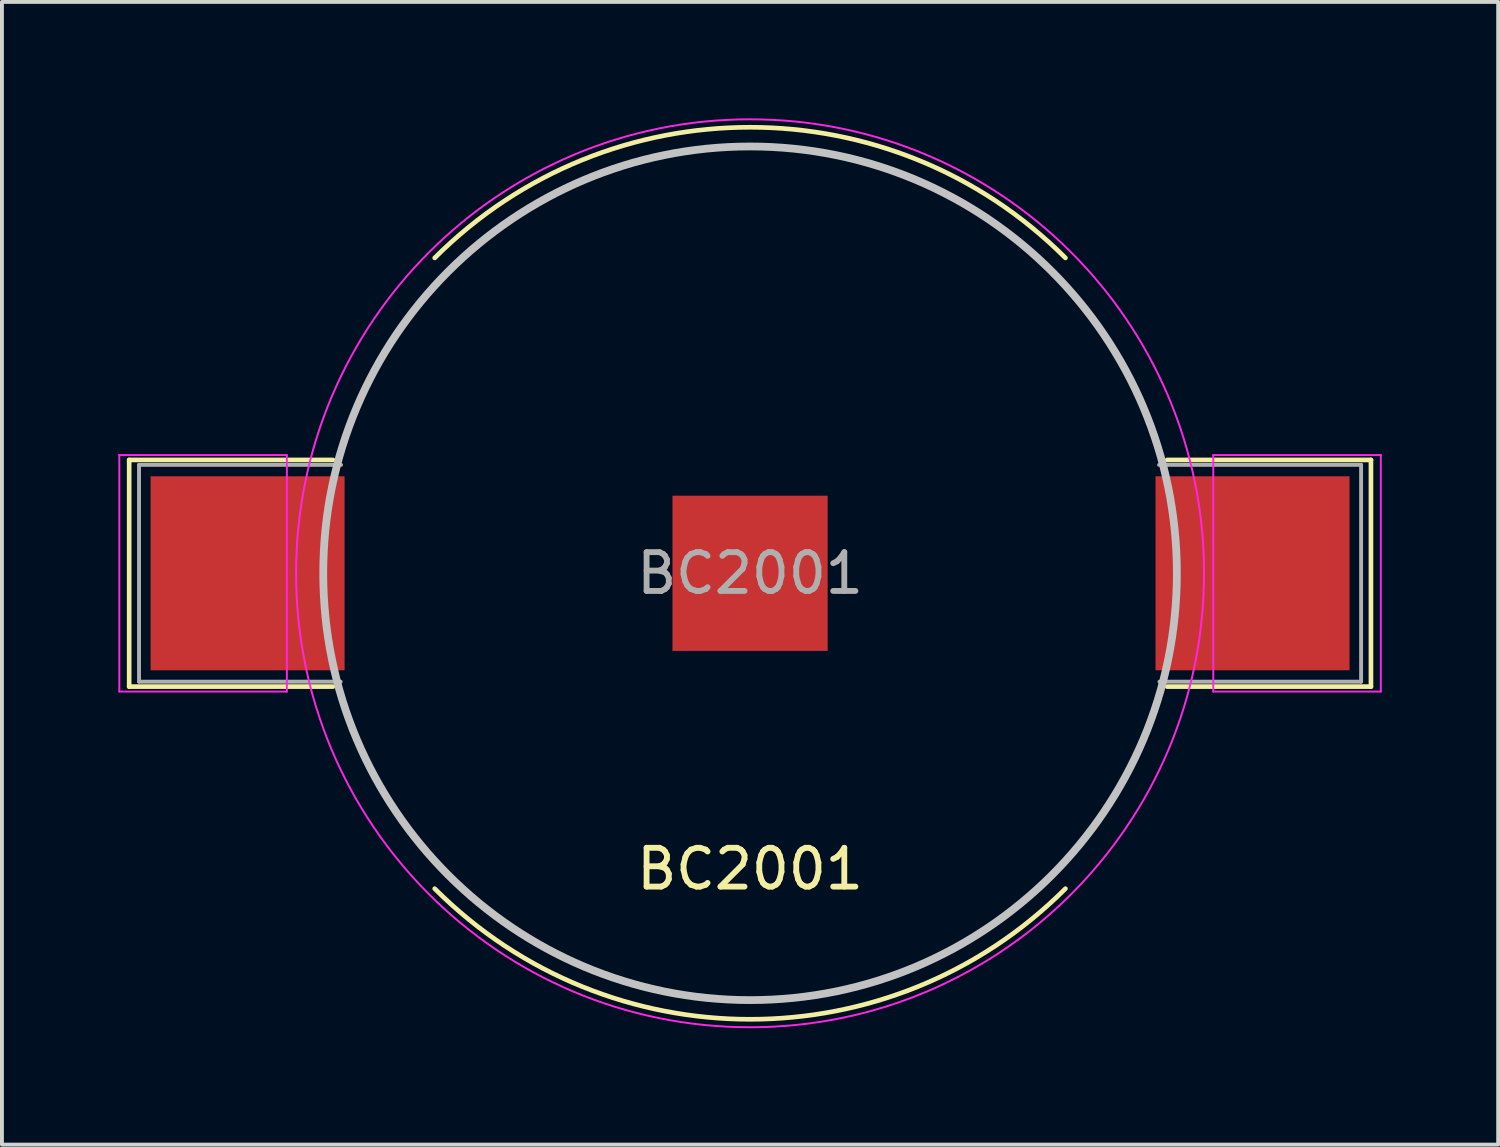
<source format=kicad_pcb>
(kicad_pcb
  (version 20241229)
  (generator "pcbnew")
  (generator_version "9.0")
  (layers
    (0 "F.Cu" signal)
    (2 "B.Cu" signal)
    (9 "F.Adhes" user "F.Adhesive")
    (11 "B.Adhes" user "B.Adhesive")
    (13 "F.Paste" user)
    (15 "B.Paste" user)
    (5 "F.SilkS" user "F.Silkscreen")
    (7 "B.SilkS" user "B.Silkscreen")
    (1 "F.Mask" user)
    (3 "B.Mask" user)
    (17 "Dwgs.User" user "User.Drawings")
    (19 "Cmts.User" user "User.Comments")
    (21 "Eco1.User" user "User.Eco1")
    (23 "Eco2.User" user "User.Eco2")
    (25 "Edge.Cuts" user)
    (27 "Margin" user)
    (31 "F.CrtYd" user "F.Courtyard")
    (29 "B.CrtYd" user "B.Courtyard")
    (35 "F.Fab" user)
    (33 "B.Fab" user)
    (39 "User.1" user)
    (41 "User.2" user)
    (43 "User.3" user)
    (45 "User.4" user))
  (footprint "BC2001"
    (layer "F.Cu")
    (at 16.281 11.725)
    (property "Reference" "BC2001" (at 0 7.62 0) (layer "F.SilkS") (effects (font (size 1 1) (thickness 0.15))))
    (attr smd)
    (fp_line (start -16.002 -2.921) (end -16.002 2.921) (stroke (width 0.12) (type solid)) (layer "F.SilkS"))
    (fp_line (start -16.002 2.921) (end -10.75 2.921) (stroke (width 0.12) (type solid)) (layer "F.SilkS"))
    (fp_line (start -10.75 -2.921) (end -16.002 -2.921) (stroke (width 0.12) (type solid)) (layer "F.SilkS"))
    (fp_line (start 10.75 -2.921) (end 16.002 -2.921) (stroke (width 0.12) (type solid)) (layer "F.SilkS"))
    (fp_line (start 16.002 -2.921) (end 16.002 2.921) (stroke (width 0.12) (type solid)) (layer "F.SilkS"))
    (fp_line (start 16.002 2.921) (end 10.75 2.921) (stroke (width 0.12) (type solid)) (layer "F.SilkS"))
    (fp_arc (start -8.127999 -8.127999) (mid 0 -11.494726) (end 8.127999 -8.127999) (stroke (width 0.12) (type solid)) (layer "F.SilkS"))
    (fp_arc (start 8.127999 8.127999) (mid 0 11.494726) (end -8.127999 8.127999) (stroke (width 0.12) (type solid)) (layer "F.SilkS"))
    (fp_circle (center 0 0) (end 11 0) (stroke (width 0.2) (type solid)) (fill no) (layer "Dwgs.User"))
    (fp_line (start -16.256 -3.048) (end -11.938 -3.048) (stroke (width 0.05) (type solid)) (layer "F.CrtYd"))
    (fp_line (start -16.256 3.048) (end -16.256 -3.048) (stroke (width 0.05) (type solid)) (layer "F.CrtYd"))
    (fp_line (start -11.938 3.048) (end -16.256 3.048) (stroke (width 0.05) (type solid)) (layer "F.CrtYd"))
    (fp_line (start -11.938 3.048) (end -11.938 -3.048) (stroke (width 0.05) (type solid)) (layer "F.CrtYd"))
    (fp_line (start 11.938 3.048) (end 11.938 -3.048) (stroke (width 0.05) (type solid)) (layer "F.CrtYd"))
    (fp_line (start 11.938 3.048) (end 16.256 3.048) (stroke (width 0.05) (type solid)) (layer "F.CrtYd"))
    (fp_line (start 16.256 -3.048) (end 11.938 -3.048) (stroke (width 0.05) (type solid)) (layer "F.CrtYd"))
    (fp_line (start 16.256 3.048) (end 16.256 -3.048) (stroke (width 0.05) (type solid)) (layer "F.CrtYd"))
    (fp_circle (center 0 0) (end 11.7 0) (stroke (width 0.05) (type solid)) (fill no) (layer "F.CrtYd"))
    (fp_line (start -15.748 -2.794) (end -15.748 2.794) (stroke (width 0.1) (type solid)) (layer "F.Fab"))
    (fp_line (start -15.748 -2.794) (end -10.541 -2.794) (stroke (width 0.1) (type solid)) (layer "F.Fab"))
    (fp_line (start -15.748 2.794) (end -10.55 2.794) (stroke (width 0.1) (type solid)) (layer "F.Fab"))
    (fp_line (start 15.748 -2.794) (end 10.541 -2.794) (stroke (width 0.1) (type solid)) (layer "F.Fab"))
    (fp_line (start 15.748 -2.794) (end 15.748 2.794) (stroke (width 0.1) (type solid)) (layer "F.Fab"))
    (fp_line (start 15.748 2.794) (end 10.55 2.794) (stroke (width 0.1) (type solid)) (layer "F.Fab"))
    (fp_text user "${REFERENCE}" (at 0 0 0) (layer "F.Fab") (effects (font (size 1 1) (thickness 0.15))))
    (pad "1" smd rect (at -12.95 0) (size 5 5) (layers "F.Cu" "F.Mask" "F.Paste"))
    (pad "1" smd rect (at 12.95 0) (size 5 5) (layers "F.Cu" "F.Mask" "F.Paste"))
    (pad "2" smd rect (at 0 0) (size 4 4) (layers "F.Cu" "F.Mask" "F.Paste")))
  (gr_rect
    (start -3 -3)
    (end 35.562 26.45)
    (stroke (width 0.1) (type default))
    (fill no)
    (layer "Edge.Cuts")))
</source>
